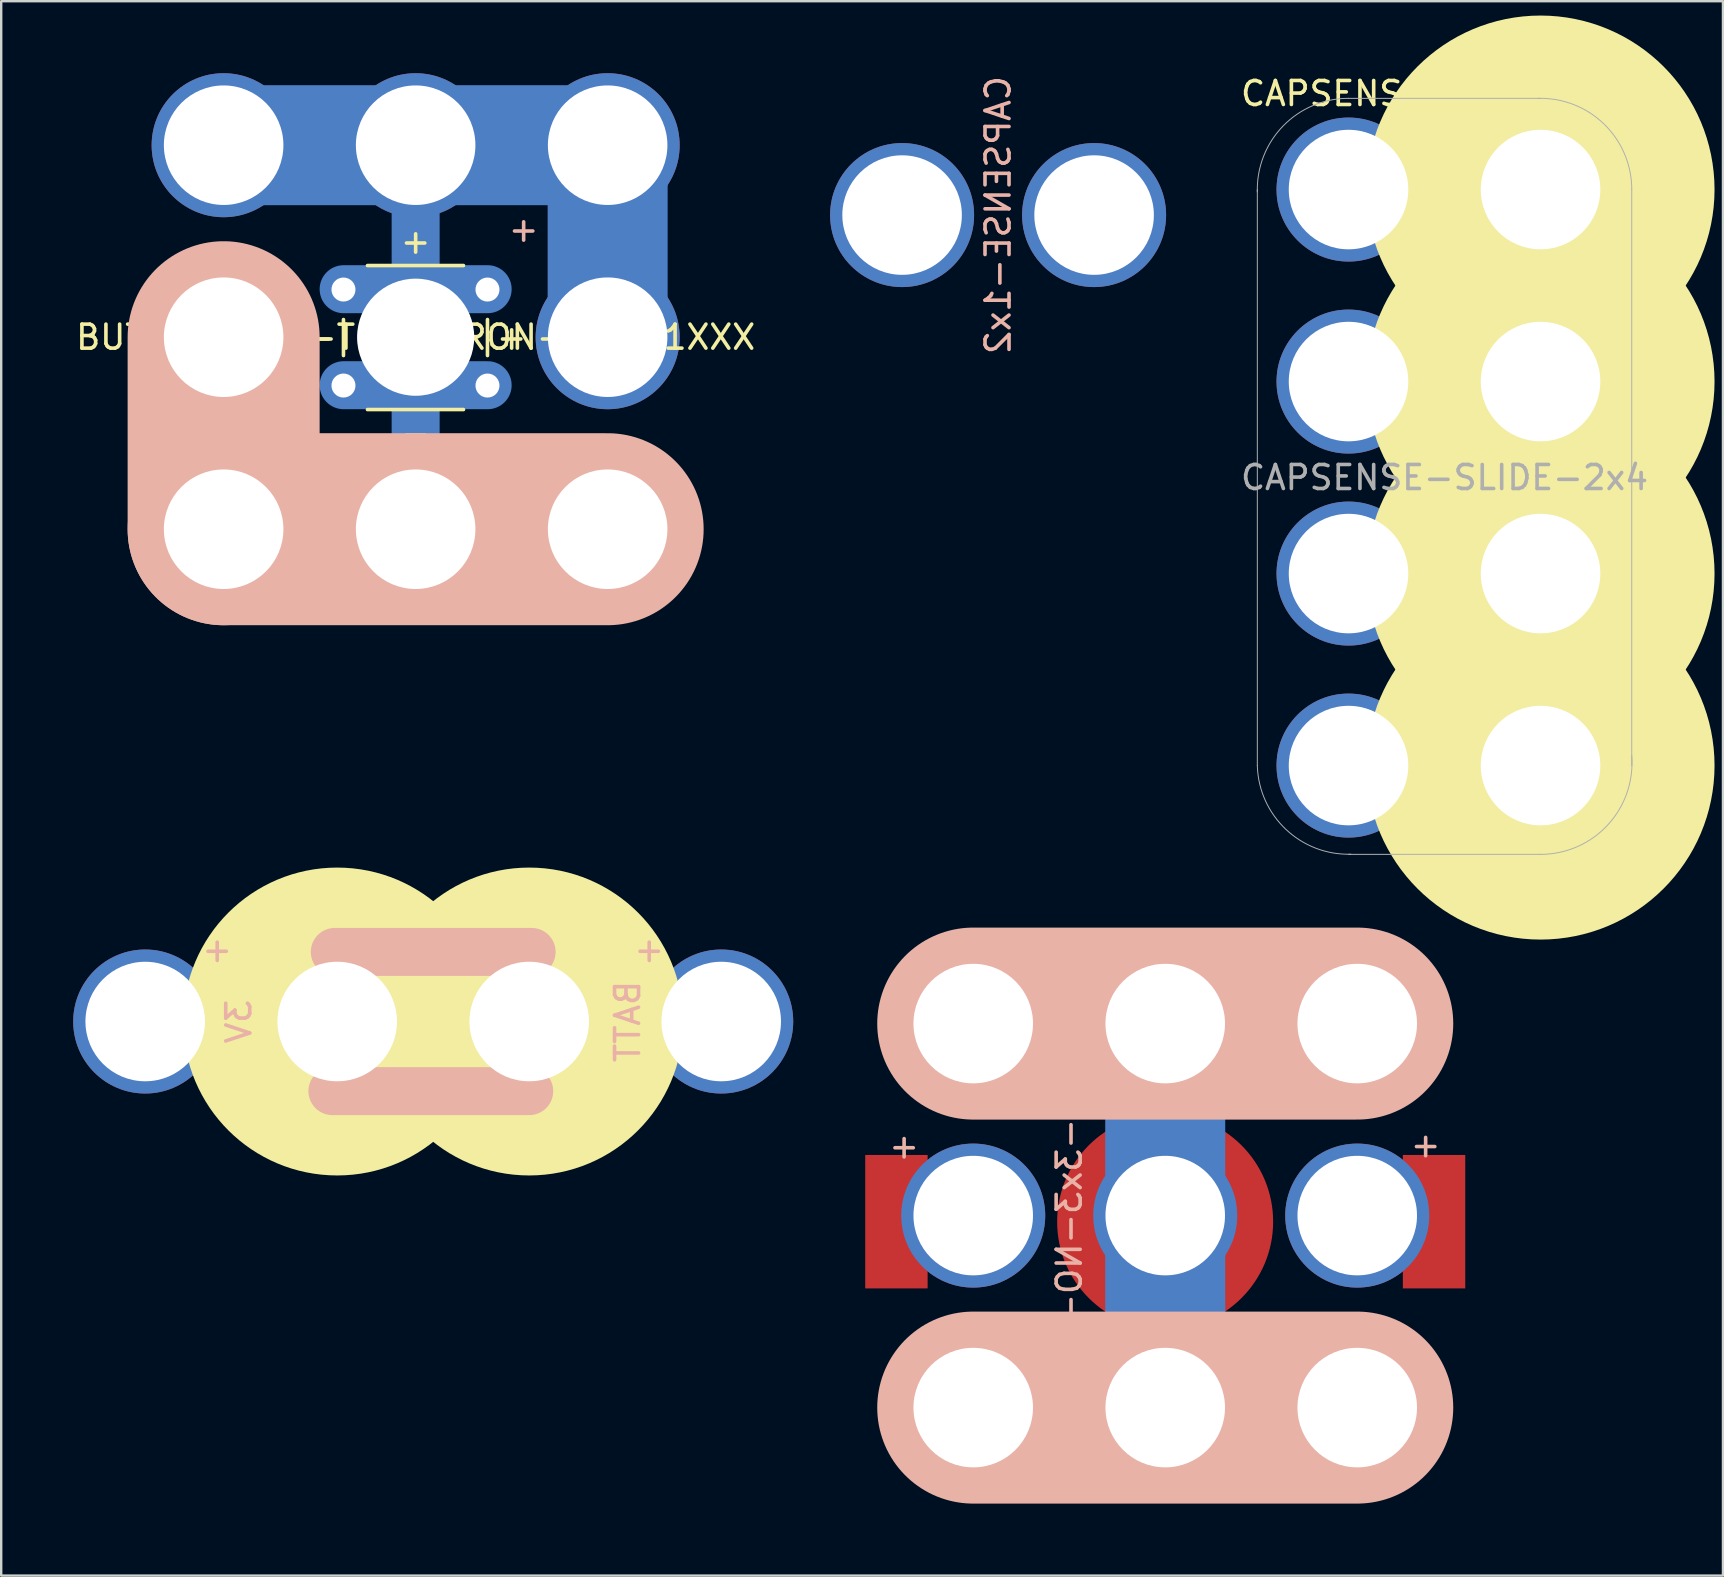
<source format=kicad_pcb>
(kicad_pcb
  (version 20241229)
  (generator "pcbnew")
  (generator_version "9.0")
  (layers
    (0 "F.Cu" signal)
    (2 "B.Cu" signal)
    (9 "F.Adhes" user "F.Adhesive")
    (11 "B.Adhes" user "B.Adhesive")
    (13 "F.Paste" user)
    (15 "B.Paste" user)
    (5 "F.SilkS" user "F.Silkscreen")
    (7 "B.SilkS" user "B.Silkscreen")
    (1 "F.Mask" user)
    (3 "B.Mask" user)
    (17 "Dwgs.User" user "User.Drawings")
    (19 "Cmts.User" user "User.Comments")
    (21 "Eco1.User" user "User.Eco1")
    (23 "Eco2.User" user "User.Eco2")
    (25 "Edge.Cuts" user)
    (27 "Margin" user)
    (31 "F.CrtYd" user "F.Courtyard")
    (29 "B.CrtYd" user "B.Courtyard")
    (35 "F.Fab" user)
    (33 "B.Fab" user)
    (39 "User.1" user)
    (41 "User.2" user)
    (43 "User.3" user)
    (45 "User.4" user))
  (footprint "CAPSENSE-1x2"
    (layer "F.Cu")
    (at 34.536 5.911)
    (property "Reference" "CAPSENSE-1x2" (at 4 0 90) (layer "B.SilkS") (effects (font (size 1 1) (thickness 0.15)) (justify mirror)))
    (attr through_hole)
    (pad "1" thru_hole circle (at 0 0) (size 6 6) (drill 4.98) (layers "*.Cu" "*.Mask"))
    (pad "2" thru_hole circle (at 8 0) (size 6 6) (drill 4.98) (layers "*.Cu" "*.Mask")))
  (footprint "CR2032-3x3-NO-ROTATE"
    (layer "F.Cu")
    (at 45.5 47.598)
    (property "Reference" "CR2032-3x3-NO-ROTATE" (at -4 0 90) (layer "B.SilkS") (effects (font (size 1 1) (thickness 0.15)) (justify mirror)))
    (attr through_hole)
    (fp_line (start -8 -8) (end 8 -8) (stroke (width 5) (type solid)) (layer "B.Cu"))
    (fp_line (start -8 8) (end 8 8) (stroke (width 5) (type solid)) (layer "B.Cu"))
    (fp_line (start 0 -8) (end 0 8) (stroke (width 5) (type solid)) (layer "B.Cu"))
    (fp_line (start -8 8) (end 8 8) (stroke (width 5) (type solid)) (layer "B.Mask"))
    (fp_line (start 0 8) (end 0 -8) (stroke (width 5) (type solid)) (layer "B.Mask"))
    (fp_line (start 8 -8) (end -8 -8) (stroke (width 5) (type solid)) (layer "B.Mask"))
    (fp_line (start -8 -8) (end 8 -8) (stroke (width 8) (type solid)) (layer "B.SilkS"))
    (fp_line (start -8 8) (end 8 8) (stroke (width 8) (type solid)) (layer "B.SilkS"))
    (fp_text user "+" (at -10.88 -2.9 0) (layer "B.SilkS") (effects (font (size 1 1) (thickness 0.15)) (justify mirror)))
    (fp_text user "+" (at 10.85 -2.95 0) (layer "B.SilkS") (effects (font (size 1 1) (thickness 0.15)) (justify mirror)))
    (pad "+" smd rect (at -11.2 0.254) (size 2.6 5.56) (layers "F.Cu" "F.Mask" "F.Paste"))
    (pad "+" thru_hole circle (at -8 0) (size 6 6) (drill 4.98) (layers "*.Cu" "*.Mask"))
    (pad "+" thru_hole circle (at 8 0) (size 6 6) (drill 4.98) (layers "*.Cu" "*.Mask"))
    (pad "+" smd rect (at 11.2 0.254) (size 2.6 5.56) (layers "F.Cu" "F.Mask" "F.Paste"))
    (pad "GND" thru_hole circle (at -8 -8) (size 6 6) (drill 4.98) (layers "*.Cu" "*.Mask"))
    (pad "GND" thru_hole circle (at -8 8) (size 6 6) (drill 4.98) (layers "*.Cu" "*.Mask"))
    (pad "GND" smd circle (at -0.004 0.254) (size 9 9) (layers "F.Cu" "F.Mask" "F.Paste"))
    (pad "GND" thru_hole circle (at 0 -8) (size 6 6) (drill 4.98) (layers "*.Cu" "*.Mask"))
    (pad "GND" thru_hole circle (at 0 0) (size 6 6) (drill 4.98) (layers "*.Cu" "*.Mask"))
    (pad "GND" thru_hole circle (at 0 8) (size 6 6) (drill 4.98) (layers "*.Cu" "*.Mask"))
    (pad "GND" thru_hole circle (at 8 -8) (size 6 6) (drill 4.98) (layers "*.Cu" "*.Mask"))
    (pad "GND" thru_hole circle (at 8 8) (size 6 6) (drill 4.98) (layers "*.Cu" "*.Mask")))
  (footprint "BUTTON-3x3-TH-OMRON-B3F-1XXX"
    (layer "F.Cu")
    (at 18.268 11)
    (property "Reference" "BUTTON-3x3-TH-OMRON-B3F-1XXX" (at -4 0 0) (layer "F.SilkS") (effects (font (size 1 1) (thickness 0.15))))
    (attr through_hole)
    (fp_line (start -12 -8) (end 4 -8) (stroke (width 5) (type solid)) (layer "B.Cu"))
    (fp_line (start -12 0) (end -12 8) (stroke (width 5) (type solid)) (layer "B.Cu"))
    (fp_line (start -12 8) (end 4 8) (stroke (width 5) (type solid)) (layer "B.Cu"))
    (fp_line (start -7 -2) (end -1 -2) (stroke (width 2) (type solid)) (layer "B.Cu"))
    (fp_line (start -4 -2) (end -4 -8) (stroke (width 2) (type solid)) (layer "B.Cu"))
    (fp_line (start -4 2) (end -4 8) (stroke (width 2) (type solid)) (layer "B.Cu"))
    (fp_line (start -1 2) (end -7 2) (stroke (width 2) (type solid)) (layer "B.Cu"))
    (fp_line (start 4 -8) (end 4 0) (stroke (width 5) (type solid)) (layer "B.Cu"))
    (fp_line (start -12 -8) (end 4 -8) (stroke (width 5) (type solid)) (layer "B.Mask"))
    (fp_line (start -12 0) (end -12 8) (stroke (width 5) (type solid)) (layer "B.Mask"))
    (fp_line (start -12 8) (end 4 8) (stroke (width 5) (type solid)) (layer "B.Mask"))
    (fp_line (start -7 -2) (end -1 -2) (stroke (width 2) (type solid)) (layer "B.Mask"))
    (fp_line (start -4 -2) (end -4 -8) (stroke (width 2) (type solid)) (layer "B.Mask"))
    (fp_line (start -4 2) (end -4 8) (stroke (width 2) (type solid)) (layer "B.Mask"))
    (fp_line (start -1 2) (end -7 2) (stroke (width 2) (type solid)) (layer "B.Mask"))
    (fp_line (start 4 -8) (end 4 0) (stroke (width 5) (type solid)) (layer "B.Mask"))
    (fp_line (start -7.007 0.014) (end -7.007 0.014) (stroke (width 0.1) (type solid)) (layer "F.SilkS"))
    (fp_line (start -7.007 0.764) (end -7.007 -0.736) (stroke (width 0.15) (type solid)) (layer "F.SilkS"))
    (fp_line (start -6.007 -2.986) (end -2.007 -2.986) (stroke (width 0.15) (type solid)) (layer "F.SilkS"))
    (fp_line (start -6.007 3.014) (end -2.007 3.014) (stroke (width 0.15) (type solid)) (layer "F.SilkS"))
    (fp_line (start -2.007 -2.986) (end -6.007 -2.986) (stroke (width 0.1) (type solid)) (layer "F.SilkS"))
    (fp_line (start -2.007 3.014) (end -6.007 3.014) (stroke (width 0.1) (type solid)) (layer "F.SilkS"))
    (fp_line (start -1.007 -0.736) (end -1.007 0.764) (stroke (width 0.15) (type solid)) (layer "F.SilkS"))
    (fp_line (start -1.007 0.014) (end -1.007 0.014) (stroke (width 0.1) (type solid)) (layer "F.SilkS"))
    (fp_circle (center -4.007 0.014) (end -3.007 1.014) (stroke (width 0) (type solid)) (fill yes) (layer "F.SilkS"))
    (fp_circle (center -4.007 0.014) (end -3.007 1.014) (stroke (width 0.15) (type solid)) (fill no) (layer "F.SilkS"))
    (fp_line (start -12 0) (end -12 8) (stroke (width 8) (type solid)) (layer "B.SilkS"))
    (fp_line (start -12 8) (end 4 8) (stroke (width 8) (type solid)) (layer "B.SilkS"))
    (fp_text user "+" (at 0 0 0) (layer "F.SilkS") (effects (font (size 1 1) (thickness 0.15))))
    (fp_text user "-" (at -8 0 0) (layer "F.SilkS") (effects (font (size 1 1) (thickness 0.15))))
    (fp_text user "-" (at -4 4 0) (layer "F.SilkS") (effects (font (size 1 1) (thickness 0.15))))
    (fp_text user "+" (at -4 -4 0) (layer "F.SilkS") (effects (font (size 1 1) (thickness 0.15))))
    (fp_text user "+" (at 0.5 -4.5 0) (layer "B.SilkS") (effects (font (size 1 1) (thickness 0.15)) (justify mirror)))
    (pad "" np_thru_hole circle (at -4 0) (size 4.88 4.88) (drill 4.98) (layers "*.Cu" "*.Mask"))
    (pad "1" thru_hole circle (at -12 -8) (size 6 6) (drill 4.98) (layers "*.Cu" "*.Mask"))
    (pad "1" thru_hole circle (at -7.007 -1.986) (size 1.7 1.7) (drill 1) (layers "*.Cu" "*.Mask"))
    (pad "1" thru_hole circle (at -4 -8) (size 6 6) (drill 4.98) (layers "*.Cu" "*.Mask"))
    (pad "1" thru_hole circle (at -1.007 -1.986) (size 1.7 1.7) (drill 1) (layers "*.Cu" "*.Mask"))
    (pad "1" thru_hole circle (at 4 -8) (size 6 6) (drill 4.98) (layers "*.Cu" "*.Mask"))
    (pad "1" thru_hole circle (at 4 0) (size 6 6) (drill 4.98) (layers "*.Cu" "*.Mask"))
    (pad "2" thru_hole circle (at -12 0) (size 6 6) (drill 4.98) (layers "*.Cu" "*.Mask"))
    (pad "2" thru_hole circle (at -12 8) (size 6 6) (drill 4.98) (layers "*.Cu" "*.Mask"))
    (pad "2" thru_hole circle (at -7.007 2.014) (size 1.7 1.7) (drill 1) (layers "*.Cu" "*.Mask"))
    (pad "2" thru_hole circle (at -4 8) (size 6 6) (drill 4.98) (layers "*.Cu" "*.Mask"))
    (pad "2" thru_hole circle (at -1.007 2.014) (size 1.7 1.7) (drill 1) (layers "*.Cu" "*.Mask"))
    (pad "2" thru_hole circle (at 4 8) (size 6 6) (drill 4.98) (layers "*.Cu" "*.Mask")))
  (footprint "CR2032-1x4"
    (layer "F.Cu")
    (at 15 39.512)
    (property "Reference" "CR2032-1x4" (at 4 -2.5 0) (layer "F.SilkS") (effects (font (size 1 1) (thickness 0.15))))
    (attr through_hole)
    (fp_line (start -4 0) (end 4 0) (stroke (width 5) (type solid)) (layer "B.Cu"))
    (fp_line (start -4 0) (end 4 0) (stroke (width 5) (type solid)) (layer "B.Mask"))
    (fp_circle (center -4 0) (end -3 1) (stroke (width 5) (type solid)) (fill no) (layer "F.SilkS"))
    (fp_circle (center 4 0) (end 5 1) (stroke (width 5) (type solid)) (fill no) (layer "F.SilkS"))
    (fp_line (start -4.2 2.9) (end 4 2.9) (stroke (width 2) (type solid)) (layer "B.SilkS"))
    (fp_line (start -4.1 -2.9) (end 4.1 -2.9) (stroke (width 2) (type solid)) (layer "B.SilkS"))
    (fp_text user "+" (at -9 -3 0) (layer "B.SilkS") (effects (font (size 1 1) (thickness 0.15)) (justify mirror)))
    (fp_text user "BATT" (at 8.1 0 90) (layer "B.SilkS") (effects (font (size 1 1) (thickness 0.15)) (justify mirror)))
    (fp_text user "+" (at 9 -3 0) (layer "B.SilkS") (effects (font (size 1 1) (thickness 0.15)) (justify mirror)))
    (fp_text user "3V" (at -8.1 0 90) (layer "B.SilkS") (effects (font (size 1 1) (thickness 0.15)) (justify mirror)))
    (pad "1" thru_hole circle (at -12 0) (size 6 6) (drill 4.98) (layers "*.Cu" "*.Mask"))
    (pad "1" thru_hole circle (at 12 0) (size 6 6) (drill 4.98) (layers "*.Cu" "*.Mask"))
    (pad "GND" thru_hole circle (at -4 0) (size 6 6) (drill 4.98) (layers "*.Cu" "*.Mask"))
    (pad "GND" smd rect (at -0.068 0) (size 15 5.56) (layers "F.Cu" "F.Mask" "F.Paste"))
    (pad "GND" thru_hole circle (at 4 0) (size 6 6) (drill 4.98) (layers "*.Cu" "*.Mask")))
  (footprint "CAPSENSE-SLIDE-2x4"
    (layer "F.Cu")
    (at 53.137 28.848)
    (property "Reference" "CAPSENSE-SLIDE-2x4" (at 4 -28 0) (layer "F.SilkS") (effects (font (size 1 1) (thickness 0.15))))
    (attr through_hole)
    (fp_line (start 8 -24) (end 0 -24) (stroke (width 5) (type solid)) (layer "B.Cu"))
    (fp_line (start 8 -16) (end 0 -16) (stroke (width 5) (type solid)) (layer "B.Cu"))
    (fp_line (start 8 -8) (end 0 -8) (stroke (width 5) (type solid)) (layer "B.Cu"))
    (fp_line (start 8 0) (end 0 0) (stroke (width 5) (type solid)) (layer "B.Cu"))
    (fp_line (start 8 -24) (end 0 -24) (stroke (width 5) (type solid)) (layer "B.Mask"))
    (fp_line (start 8 -16) (end 0 -16) (stroke (width 5) (type solid)) (layer "B.Mask"))
    (fp_line (start 8 -8) (end 0 -8) (stroke (width 5) (type solid)) (layer "B.Mask"))
    (fp_line (start 8 0) (end 0 0) (stroke (width 5) (type solid)) (layer "B.Mask"))
    (fp_circle (center 8 -24) (end 8.25 -24) (stroke (width 7) (type solid)) (fill no) (layer "F.SilkS"))
    (fp_circle (center 8 -16) (end 8.25 -16) (stroke (width 7) (type solid)) (fill no) (layer "F.SilkS"))
    (fp_circle (center 8 -8) (end 8.25 -8) (stroke (width 7) (type solid)) (fill no) (layer "F.SilkS"))
    (fp_circle (center 8 0) (end 8.25 0) (stroke (width 7) (type solid)) (fill no) (layer "F.SilkS"))
    (fp_line (start -3.8 -24) (end -3.8 0) (stroke (width 0.041) (type solid)) (layer "F.Fab"))
    (fp_line (start 0 -27.8) (end 8 -27.8) (stroke (width 0.041) (type solid)) (layer "F.Fab"))
    (fp_line (start 0 3.7) (end 8 3.7) (stroke (width 0.041) (type solid)) (layer "F.Fab"))
    (fp_line (start 11.8 -24) (end 11.8 0) (stroke (width 0.041) (type solid)) (layer "F.Fab"))
    (fp_arc (start -3.8 -23.9) (mid -2.723062 -26.652345) (end 0 -27.801316) (stroke (width 0.04064) (type solid)) (layer "F.Fab"))
    (fp_arc (start 0.09982 3.693368) (mid -2.614068 2.653367) (end -3.8 0) (stroke (width 0.04064) (type solid)) (layer "F.Fab"))
    (fp_arc (start 7.9 -27.8) (mid 10.652345 -26.723062) (end 11.801316 -24) (stroke (width 0.04064) (type solid)) (layer "F.Fab"))
    (fp_arc (start 11.8 -0.411824) (mid 10.799424 2.475303) (end 8 3.7) (stroke (width 0.04064) (type solid)) (layer "F.Fab"))
    (fp_text user "Capacitive Slider Touchpad" (at 4 -11.938 90) (layer "F.SilkS") (effects (font (size 1 1) (thickness 0.15))))
    (fp_text user "${REFERENCE}" (at 4 -12 180) (layer "F.Fab") (effects (font (size 1 1) (thickness 0.15))))
    (pad "1" thru_hole circle (at 0 -24) (size 6 6) (drill 4.98) (layers "*.Cu" "*.Mask"))
    (pad "1" thru_hole circle (at 8 -24) (size 6 6) (drill 4.98) (layers "*.Cu" "*.Mask"))
    (pad "2" thru_hole circle (at 0 -16) (size 6 6) (drill 4.98) (layers "*.Cu" "*.Mask"))
    (pad "2" thru_hole circle (at 8 -16) (size 6 6) (drill 4.98) (layers "*.Cu" "*.Mask"))
    (pad "3" thru_hole circle (at 0 -8) (size 6 6) (drill 4.98) (layers "*.Cu" "*.Mask"))
    (pad "3" thru_hole circle (at 8 -8) (size 6 6) (drill 4.98) (layers "*.Cu" "*.Mask"))
    (pad "4" thru_hole circle (at 0 0) (size 6 6) (drill 4.98) (layers "*.Cu" "*.Mask"))
    (pad "4" thru_hole circle (at 8 0) (size 6 6) (drill 4.98) (layers "*.Cu" "*.Mask")))
  (gr_rect
    (start -3 -3)
    (end 68.738 62.598)
    (stroke (width 0.1) (type default))
    (fill no)
    (layer "Edge.Cuts")))
</source>
